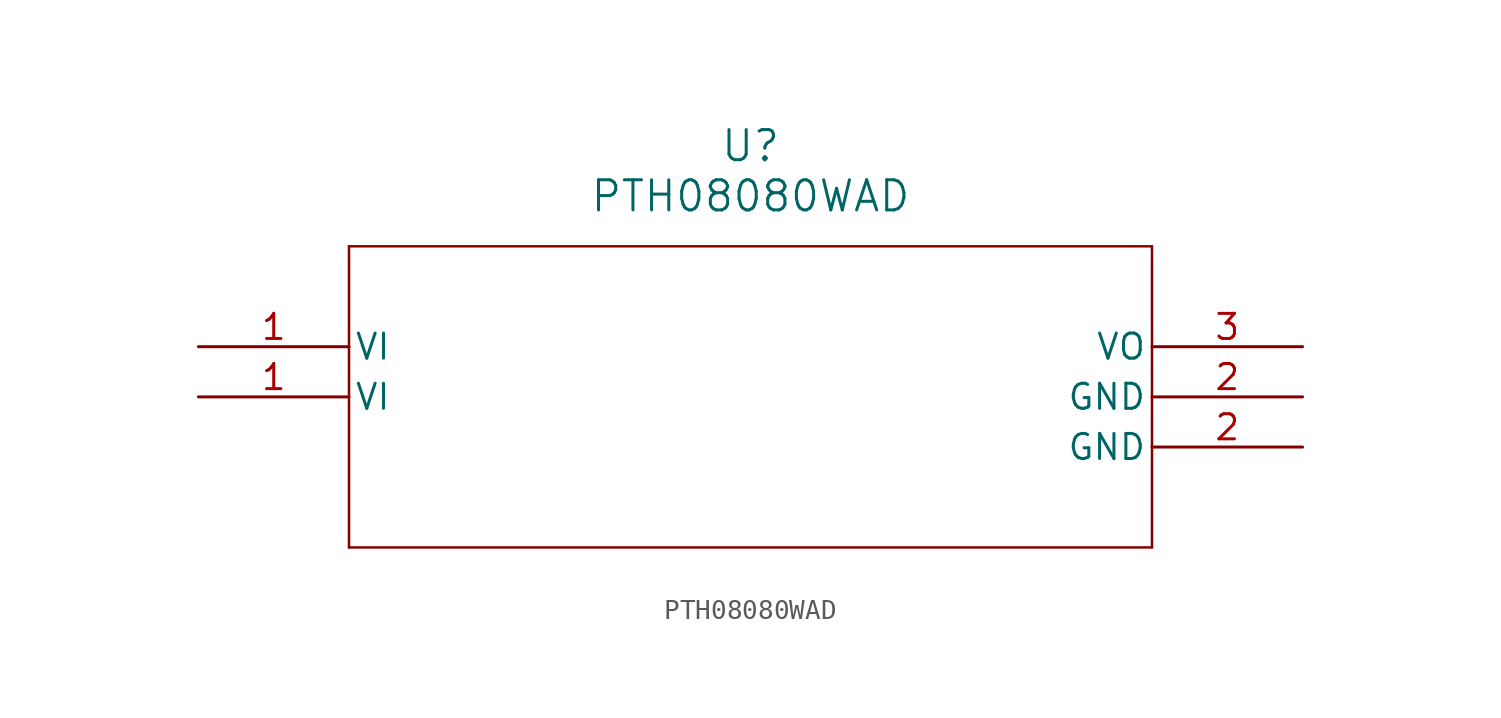
<source format=kicad_sym>
(kicad_symbol_lib
  (version 20211014)
  (generator kicad_symbol_editor)
  (symbol "PTH08080WAD"
    (pin_names
      (offset 0.254))
    (property "Reference" "U"
      (at 27.94 10.16 0)
      (effects (font (size 1.524 1.524))))
    (property "Value" "PTH08080WAD"
      (at 27.94 7.62 0)
      (effects (font (size 1.524 1.524))))
    (symbol "PTH08080WAD_0_1"
      (polyline (pts (xy 7.62 5.08) (xy 7.62 -10.16)) (stroke (width 0.127) (type default) (color 0 0 0 0)) (fill (type none)))
      (polyline (pts (xy 7.62 -10.16) (xy 48.26 -10.16)) (stroke (width 0.127) (type default) (color 0 0 0 0)) (fill (type none)))
      (polyline (pts (xy 48.26 -10.16) (xy 48.26 5.08)) (stroke (width 0.127) (type default) (color 0 0 0 0)) (fill (type none)))
      (polyline (pts (xy 48.26 5.08) (xy 7.62 5.08)) (stroke (width 0.127) (type default) (color 0 0 0 0)) (fill (type none)))
      (pin input line (at 0 0 0) (length 7.62) (name "VI" (effects (font (size 1.27 1.27)))) (number "1" (effects (font (size 1.27 1.27)))))
      (pin input line (at 0 -2.54 0) (length 7.62) (name "VI" (effects (font (size 1.27 1.27)))) (number "1" (effects (font (size 1.27 1.27)))))
      (pin power_in line (at 55.88 -5.08 180) (length 7.62) (name "GND" (effects (font (size 1.27 1.27)))) (number "2" (effects (font (size 1.27 1.27)))))
      (pin power_in line (at 55.88 -2.54 180) (length 7.62) (name "GND" (effects (font (size 1.27 1.27)))) (number "2" (effects (font (size 1.27 1.27)))))
      (pin output line (at 55.88 0 180) (length 7.62) (name "VO" (effects (font (size 1.27 1.27)))) (number "3" (effects (font (size 1.27 1.27))))))))
</source>
